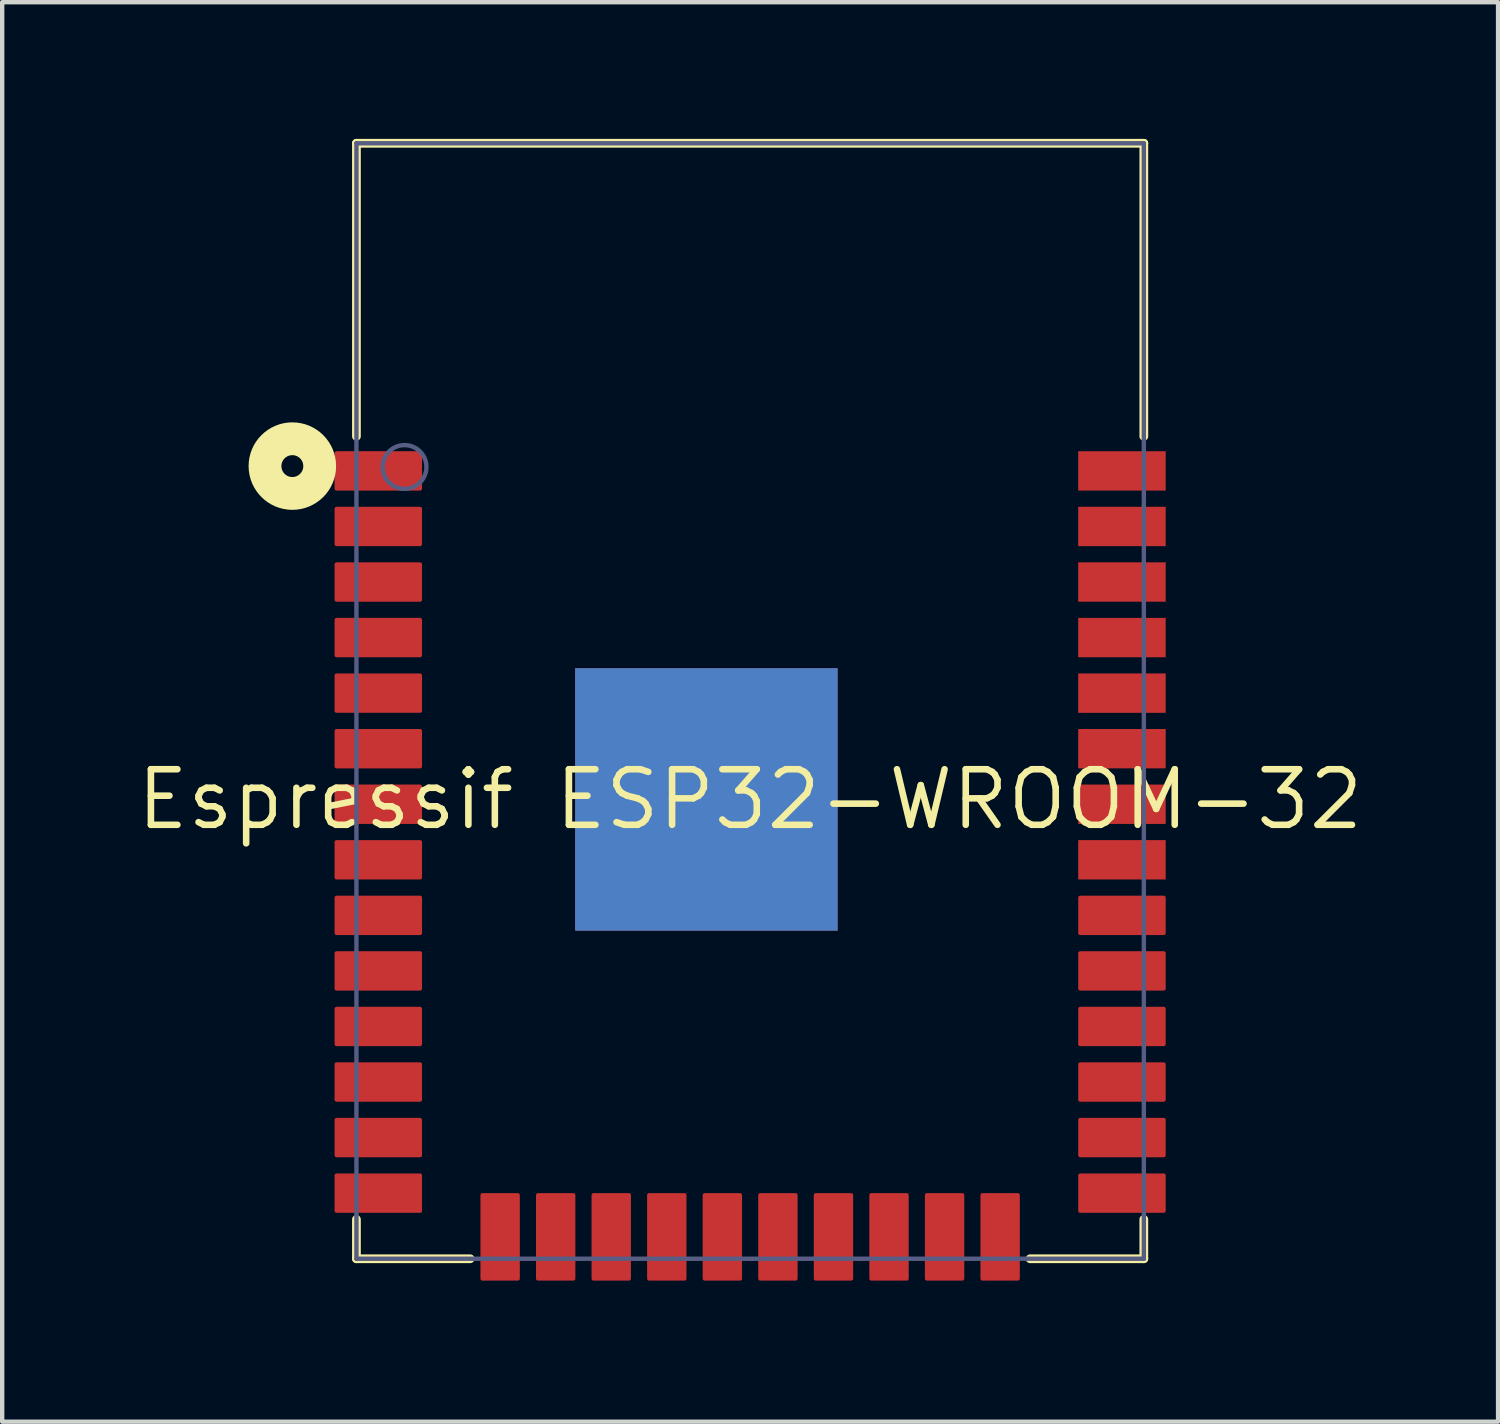
<source format=kicad_pcb>
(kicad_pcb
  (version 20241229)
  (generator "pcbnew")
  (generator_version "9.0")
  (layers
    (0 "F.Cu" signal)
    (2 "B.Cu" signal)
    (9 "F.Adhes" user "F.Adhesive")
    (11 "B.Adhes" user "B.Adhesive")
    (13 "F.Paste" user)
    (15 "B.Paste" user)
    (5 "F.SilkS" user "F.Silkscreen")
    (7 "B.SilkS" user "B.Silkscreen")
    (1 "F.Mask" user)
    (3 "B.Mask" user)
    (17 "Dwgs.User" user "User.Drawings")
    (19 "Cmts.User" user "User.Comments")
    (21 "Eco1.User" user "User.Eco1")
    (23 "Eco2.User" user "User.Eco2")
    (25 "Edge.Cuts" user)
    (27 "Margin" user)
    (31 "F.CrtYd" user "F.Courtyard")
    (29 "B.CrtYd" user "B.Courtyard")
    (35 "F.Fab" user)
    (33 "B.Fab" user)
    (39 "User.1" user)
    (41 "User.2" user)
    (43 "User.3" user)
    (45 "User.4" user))
  (footprint "Espressif ESP32-WROOM-32"
    (layer "F.Cu")
    (at 14.098 15.225)
    (property "Reference" "Espressif ESP32-WROOM-32" (at 0 0 0) (layer "F.SilkS") (effects (font (size 1.27 1.27) (thickness 0.15))))
    (fp_rect (start -4 3) (end 2 -3) (stroke (width 0) (type default)) (fill yes) (layer "F.Cu"))
    (fp_rect (start -4 3) (end 2 -3) (stroke (width 0) (type default)) (fill yes) (layer "B.Cu"))
    (fp_line (start -9 -15) (end 9 -15) (stroke (width 0.2) (type solid)) (layer "F.SilkS"))
    (fp_line (start -9 -8.3) (end -9 -15) (stroke (width 0.2) (type solid)) (layer "F.SilkS"))
    (fp_line (start -9 10.5) (end -9 9.6) (stroke (width 0.2) (type solid)) (layer "F.SilkS"))
    (fp_line (start -9 10.5) (end -6.4 10.5) (stroke (width 0.2) (type solid)) (layer "F.SilkS"))
    (fp_line (start 6.4 10.5) (end 9 10.5) (stroke (width 0.2) (type solid)) (layer "F.SilkS"))
    (fp_line (start 9 -8.3) (end 9 -15) (stroke (width 0.2) (type solid)) (layer "F.SilkS"))
    (fp_line (start 9 10.5) (end 9 9.6) (stroke (width 0.2) (type solid)) (layer "F.SilkS"))
    (fp_circle (center -10.465 -7.62) (end -10.465 -7.87) (stroke (width 0.75) (type solid)) (fill no) (layer "F.SilkS"))
    (fp_line (start -9.7 -15.2) (end 9.7 -15.2) (stroke (width 0.05) (type solid)) (layer "Eco2.User"))
    (fp_line (start -9.7 11.2) (end -9.7 -15.2) (stroke (width 0.05) (type solid)) (layer "Eco2.User"))
    (fp_line (start -9.7 11.2) (end 9.7 11.2) (stroke (width 0.05) (type solid)) (layer "Eco2.User"))
    (fp_line (start -0.5 -0.001) (end 0.5 -0.001) (stroke (width 0.05) (type solid)) (layer "Eco2.User"))
    (fp_line (start 0 0.499) (end 0 -0.501) (stroke (width 0.05) (type solid)) (layer "Eco2.User"))
    (fp_line (start 9.7 11.2) (end 9.7 -15.2) (stroke (width 0.05) (type solid)) (layer "Eco2.User"))
    (fp_line (start -9 -15) (end 9 -15) (stroke (width 0.1) (type solid)) (layer "B.Fab"))
    (fp_line (start -9 10.5) (end -9 -15) (stroke (width 0.1) (type solid)) (layer "B.Fab"))
    (fp_line (start -9 10.5) (end 9 10.5) (stroke (width 0.1) (type solid)) (layer "B.Fab"))
    (fp_line (start 9 10.5) (end 9 -15) (stroke (width 0.1) (type solid)) (layer "B.Fab"))
    (fp_circle (center -7.9 -7.6) (end -7.9 -8.1) (stroke (width 0.1) (type solid)) (fill no) (layer "B.Fab"))
    (pad "1" smd roundrect (at -8.5 -7.51) (size 2 0.9) (layers "F.Cu" "F.Mask" "F.Paste") (roundrect_rratio 0.05))
    (pad "2" smd roundrect (at -8.5 -6.24) (size 2 0.9) (layers "F.Cu" "F.Mask" "F.Paste") (roundrect_rratio 0.05))
    (pad "3" smd roundrect (at -8.5 -4.97) (size 2 0.9) (layers "F.Cu" "F.Mask" "F.Paste") (roundrect_rratio 0.05))
    (pad "4" smd roundrect (at -8.5 -3.7) (size 2 0.9) (layers "F.Cu" "F.Mask" "F.Paste") (roundrect_rratio 0.05))
    (pad "5" smd roundrect (at -8.5 -2.43) (size 2 0.9) (layers "F.Cu" "F.Mask" "F.Paste") (roundrect_rratio 0.05))
    (pad "6" smd roundrect (at -8.5 -1.16) (size 2 0.9) (layers "F.Cu" "F.Mask" "F.Paste") (roundrect_rratio 0.05))
    (pad "7" smd roundrect (at -8.5 0.11) (size 2 0.9) (layers "F.Cu" "F.Mask" "F.Paste") (roundrect_rratio 0.05))
    (pad "8" smd roundrect (at -8.5 1.38) (size 2 0.9) (layers "F.Cu" "F.Mask" "F.Paste") (roundrect_rratio 0.05))
    (pad "9" smd roundrect (at -8.5 2.65) (size 2 0.9) (layers "F.Cu" "F.Mask" "F.Paste") (roundrect_rratio 0.05))
    (pad "10" smd roundrect (at -8.5 3.92) (size 2 0.9) (layers "F.Cu" "F.Mask" "F.Paste") (roundrect_rratio 0.05))
    (pad "11" smd roundrect (at -8.5 5.19 180) (size 2 0.9) (layers "F.Cu" "F.Mask" "F.Paste") (roundrect_rratio 0.05))
    (pad "12" smd roundrect (at -8.5 6.46 180) (size 2 0.9) (layers "F.Cu" "F.Mask" "F.Paste") (roundrect_rratio 0.05))
    (pad "13" smd roundrect (at -8.5 7.73 180) (size 2 0.9) (layers "F.Cu" "F.Mask" "F.Paste") (roundrect_rratio 0.05))
    (pad "14" smd roundrect (at -8.5 9 180) (size 2 0.9) (layers "F.Cu" "F.Mask" "F.Paste") (roundrect_rratio 0.05))
    (pad "15" smd roundrect (at -5.715 10 270) (size 2 0.9) (layers "F.Cu" "F.Mask" "F.Paste") (roundrect_rratio 0.05))
    (pad "16" smd roundrect (at -4.445 10 90) (size 2 0.9) (layers "F.Cu" "F.Mask" "F.Paste") (roundrect_rratio 0.05))
    (pad "17" smd roundrect (at -3.175 10 90) (size 2 0.9) (layers "F.Cu" "F.Mask" "F.Paste") (roundrect_rratio 0.05))
    (pad "18" smd roundrect (at -1.905 10 90) (size 2 0.9) (layers "F.Cu" "F.Mask" "F.Paste") (roundrect_rratio 0.05))
    (pad "19" smd roundrect (at -0.635 10 90) (size 2 0.9) (layers "F.Cu" "F.Mask" "F.Paste") (roundrect_rratio 0.05))
    (pad "20" smd roundrect (at 0.635 10 90) (size 2 0.9) (layers "F.Cu" "F.Mask" "F.Paste") (roundrect_rratio 0.05))
    (pad "21" smd roundrect (at 1.905 10 90) (size 2 0.9) (layers "F.Cu" "F.Mask" "F.Paste") (roundrect_rratio 0.05))
    (pad "22" smd roundrect (at 3.175 10 90) (size 2 0.9) (layers "F.Cu" "F.Mask" "F.Paste") (roundrect_rratio 0.05))
    (pad "23" smd roundrect (at 4.445 10 90) (size 2 0.9) (layers "F.Cu" "F.Mask" "F.Paste") (roundrect_rratio 0.05))
    (pad "24" smd roundrect (at 5.715 10 90) (size 2 0.9) (layers "F.Cu" "F.Mask" "F.Paste") (roundrect_rratio 0.05))
    (pad "25" smd roundrect (at 8.5 9) (size 2 0.9) (layers "F.Cu" "F.Mask" "F.Paste") (roundrect_rratio 0.05))
    (pad "26" smd roundrect (at 8.5 7.73) (size 2 0.9) (layers "F.Cu" "F.Mask" "F.Paste") (roundrect_rratio 0.05))
    (pad "27" smd roundrect (at 8.5 6.46) (size 2 0.9) (layers "F.Cu" "F.Mask" "F.Paste") (roundrect_rratio 0.05))
    (pad "28" smd roundrect (at 8.5 5.19) (size 2 0.9) (layers "F.Cu" "F.Mask" "F.Paste") (roundrect_rratio 0.05))
    (pad "29" smd roundrect (at 8.5 3.92) (size 2 0.9) (layers "F.Cu" "F.Mask" "F.Paste") (roundrect_rratio 0.05))
    (pad "30" smd roundrect (at 8.5 2.65) (size 2 0.9) (layers "F.Cu" "F.Mask" "F.Paste") (roundrect_rratio 0.05))
    (pad "31" smd rect (at 8.5 1.38) (size 2 0.9) (layers "F.Cu" "F.Mask" "F.Paste"))
    (pad "32" smd rect (at 8.5 0.11) (size 2 0.9) (layers "F.Cu" "F.Mask" "F.Paste"))
    (pad "33" smd rect (at 8.5 -1.16) (size 2 0.9) (layers "F.Cu" "F.Mask" "F.Paste"))
    (pad "34" smd rect (at 8.5 -2.43) (size 2 0.9) (layers "F.Cu" "F.Mask" "F.Paste"))
    (pad "35" smd rect (at 8.5 -3.7) (size 2 0.9) (layers "F.Cu" "F.Mask" "F.Paste"))
    (pad "36" smd rect (at 8.5 -4.97) (size 2 0.9) (layers "F.Cu" "F.Mask" "F.Paste"))
    (pad "37" smd rect (at 8.5 -6.24) (size 2 0.9) (layers "F.Cu" "F.Mask" "F.Paste"))
    (pad "38" smd rect (at 8.5 -7.51) (size 2 0.9) (layers "F.Cu" "F.Mask" "F.Paste"))
    (pad "39" smd rect (at -2.835 -1.835) (size 1.33 1.33) (layers "F.Cu" "F.Mask" "F.Paste"))
    (pad "39" smd rect (at -2.835 0 90) (size 1.33 1.33) (layers "F.Cu" "F.Mask" "F.Paste"))
    (pad "39" smd rect (at -2.835 1.835 180) (size 1.33 1.33) (layers "F.Cu" "F.Mask" "F.Paste"))
    (pad "39" smd rect (at -1 0) (size 1.33 1.33) (layers "F.Cu" "F.Mask" "F.Paste"))
    (pad "39" smd rect (at -1 -1.835) (size 1.33 1.33) (layers "F.Cu" "F.Mask" "F.Paste"))
    (pad "39" smd rect (at -1 1.835 180) (size 1.33 1.33) (layers "F.Cu" "F.Mask" "F.Paste"))
    (pad "39" smd rect (at 0.835 -1.835) (size 1.33 1.33) (layers "F.Cu" "F.Mask" "F.Paste"))
    (pad "39" smd rect (at 0.835 0 270) (size 1.33 1.33) (layers "F.Cu" "F.Mask" "F.Paste"))
    (pad "39" smd rect (at 0.835 1.835 180) (size 1.33 1.33) (layers "F.Cu" "F.Mask" "F.Paste"))
    (zone (net_name "") (layers "F.Cu" "B.Cu") (hatch edge 0.508) (connect_pads) (min_thickness 0.254) (filled_areas_thickness no) (keepout (tracks allowed) (vias allowed) (pads allowed) (copperpour not_allowed) (footprints allowed)) (placement (enabled no)) (fill (island_removal_mode 2) (island_area_min 10)) (polygon (pts (xy 5.098 0.225) (xy 23.098 0.225) (xy 23.098 6.525) (xy 5.098 6.525)))))
  (gr_rect
    (start -3 -3)
    (end 31.196 29.45)
    (stroke (width 0.1) (type default))
    (fill no)
    (layer "Edge.Cuts")))
</source>
